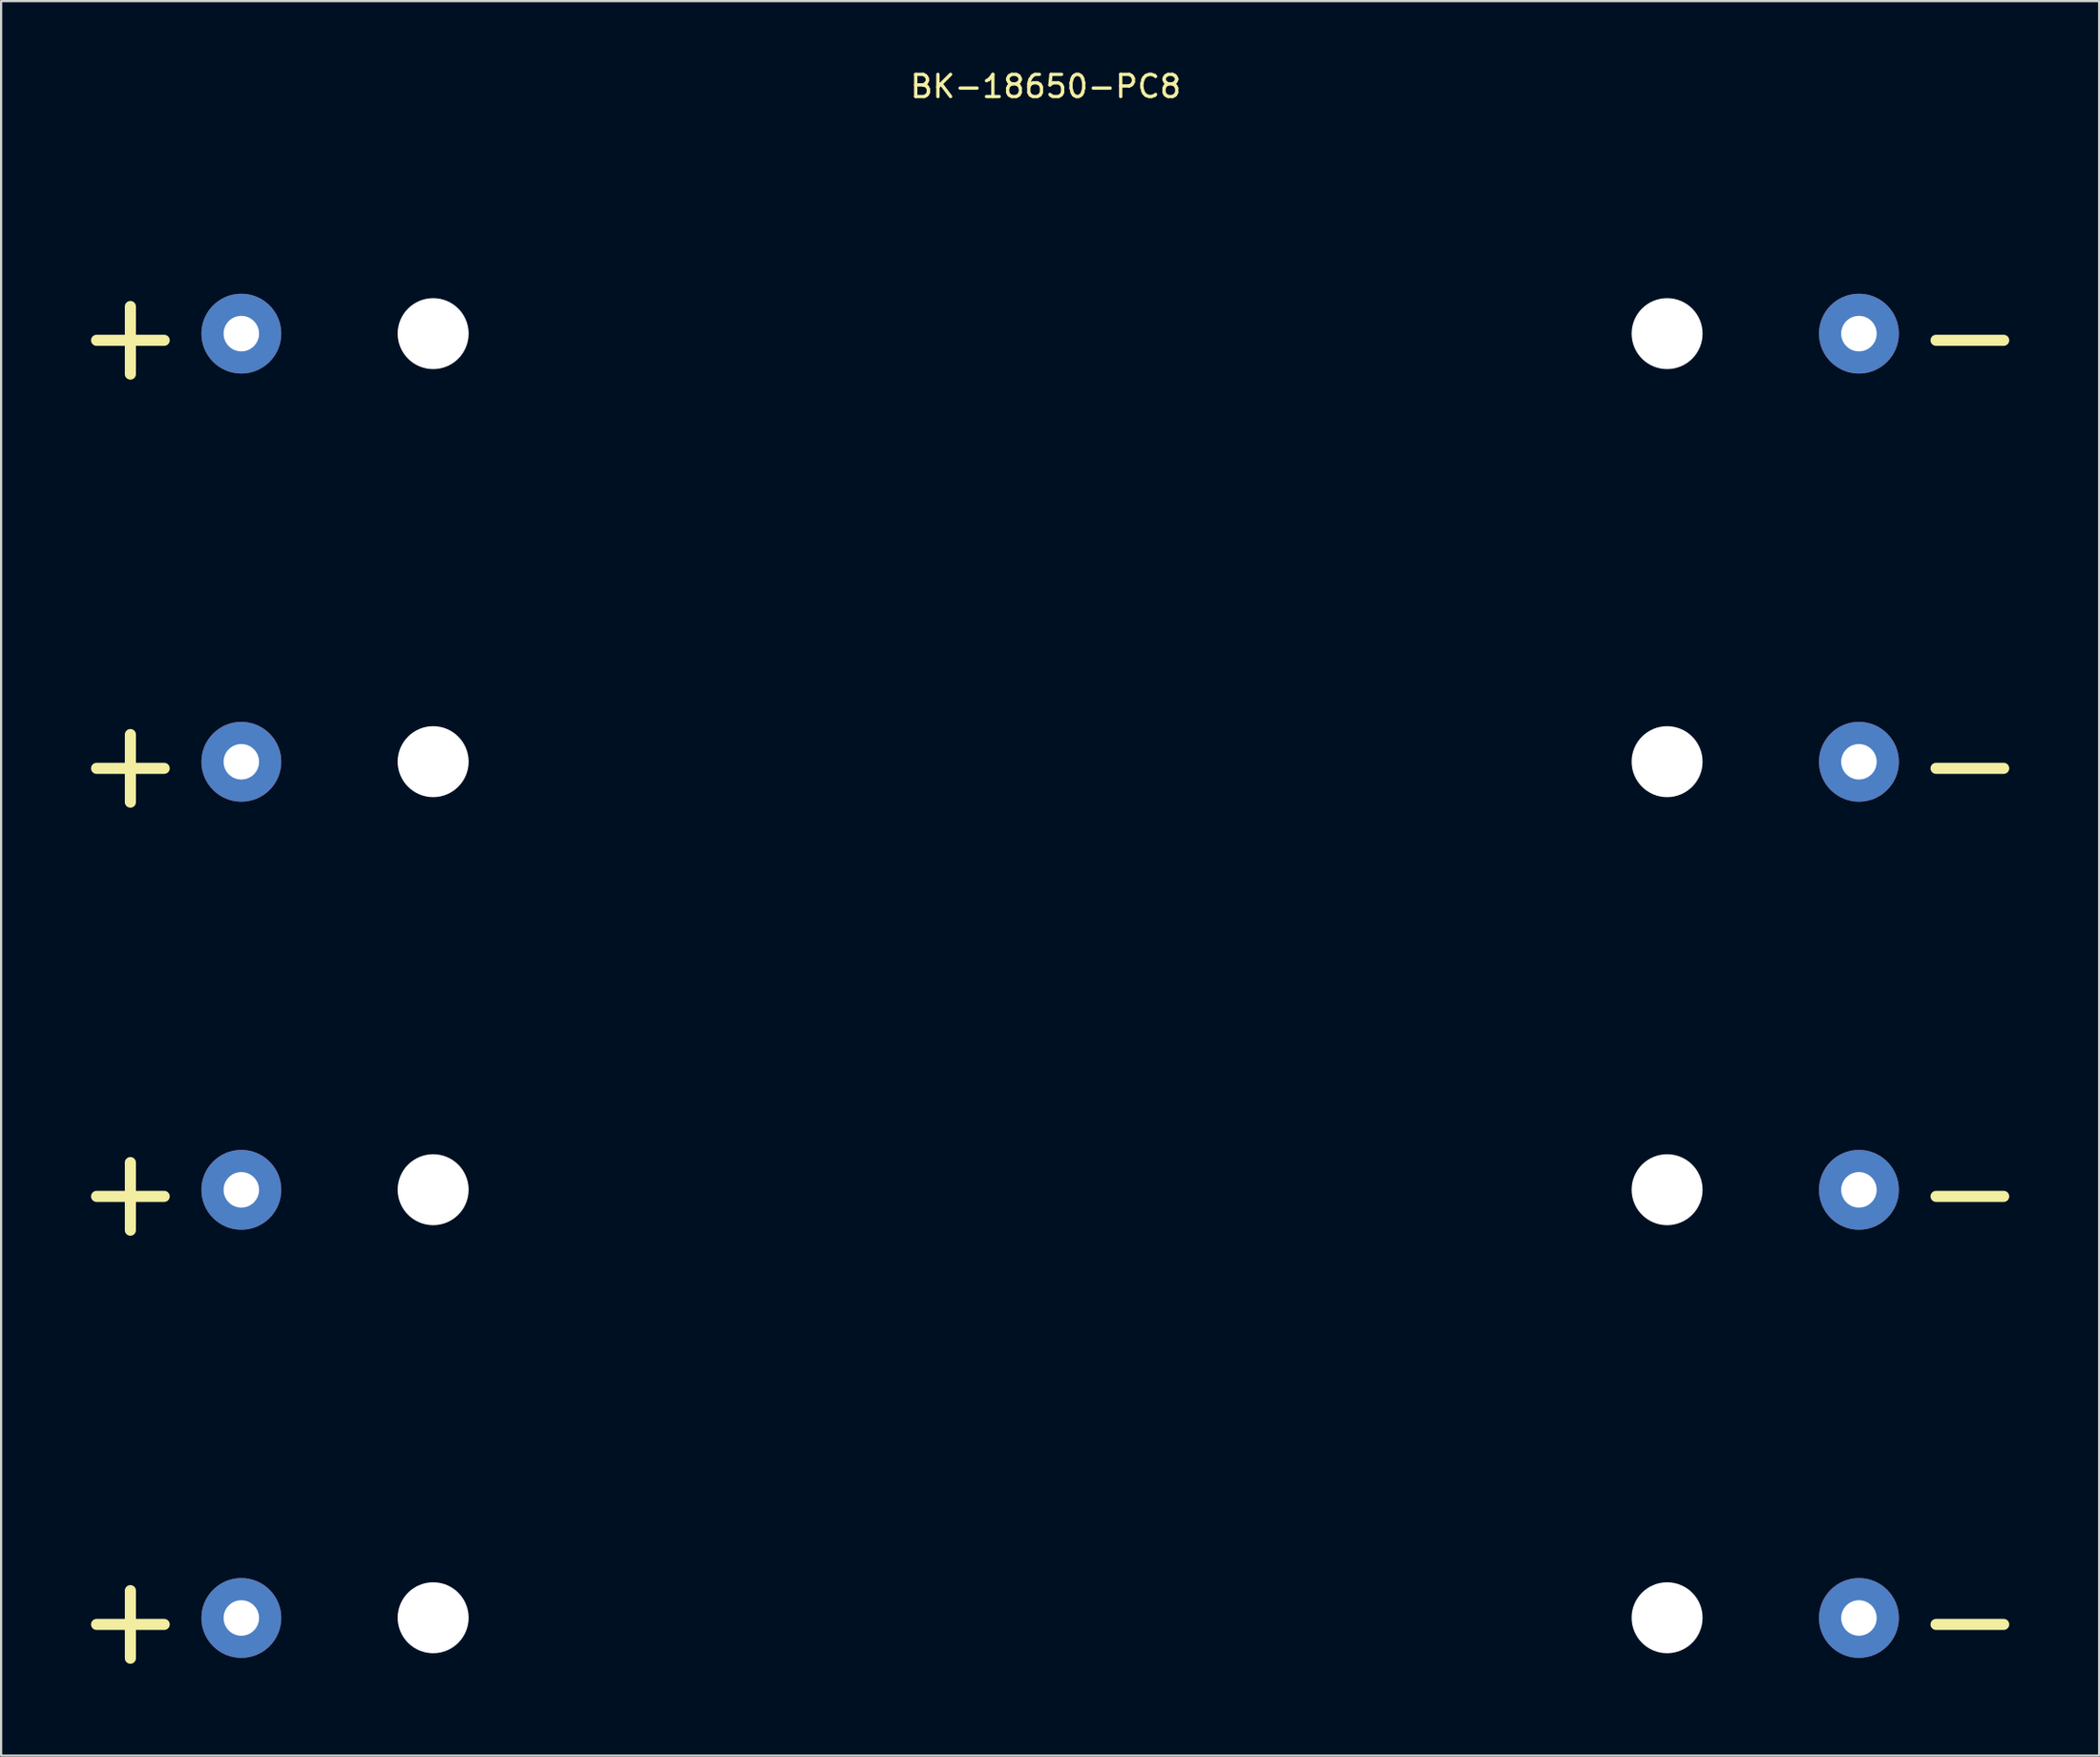
<source format=kicad_pcb>
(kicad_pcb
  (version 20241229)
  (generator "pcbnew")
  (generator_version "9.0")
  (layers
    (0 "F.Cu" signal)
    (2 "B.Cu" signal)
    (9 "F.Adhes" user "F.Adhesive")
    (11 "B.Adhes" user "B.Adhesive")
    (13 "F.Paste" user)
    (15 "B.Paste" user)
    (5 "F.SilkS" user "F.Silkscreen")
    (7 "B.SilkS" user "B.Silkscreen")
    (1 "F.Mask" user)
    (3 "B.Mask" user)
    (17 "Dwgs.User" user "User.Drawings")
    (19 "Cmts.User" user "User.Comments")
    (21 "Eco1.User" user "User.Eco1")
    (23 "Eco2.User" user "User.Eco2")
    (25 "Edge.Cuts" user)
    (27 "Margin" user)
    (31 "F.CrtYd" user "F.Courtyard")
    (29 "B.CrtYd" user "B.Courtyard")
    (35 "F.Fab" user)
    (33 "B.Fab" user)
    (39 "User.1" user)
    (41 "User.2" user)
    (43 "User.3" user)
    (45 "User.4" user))
  (footprint "BK-18650-PC8"
    (layer "F.Cu")
    (at 44.276 40.948)
    (property "Reference" "BK-18650-PC8" (at -0.2 -40.1 0) (layer "F.SilkS") (effects (font (size 1 1) (thickness 0.15))))
    (attr through_hole)
    (fp_text user "-" (at 41.45 -28.955 0) (layer "F.SilkS") (effects (font (size 4 4) (thickness 0.5))))
    (fp_text user "+" (at -41.45 9.645 0) (layer "F.SilkS") (effects (font (size 4 4) (thickness 0.5))))
    (fp_text user "-" (at 41.45 -9.655 0) (layer "F.SilkS") (effects (font (size 4 4) (thickness 0.5))))
    (fp_text user "+" (at -41.45 -28.955 0) (layer "F.SilkS") (effects (font (size 4 4) (thickness 0.5))))
    (fp_text user "+" (at -41.45 28.945 0) (layer "F.SilkS") (effects (font (size 4 4) (thickness 0.5))))
    (fp_text user "+" (at -41.45 -9.655 0) (layer "F.SilkS") (effects (font (size 4 4) (thickness 0.5))))
    (fp_text user "-" (at 41.45 9.645 0) (layer "F.SilkS") (effects (font (size 4 4) (thickness 0.5))))
    (fp_text user "-" (at 41.45 28.945 0) (layer "F.SilkS") (effects (font (size 4 4) (thickness 0.5))))
    (pad "" np_thru_hole circle (at -27.805 -28.955) (size 3.2 3.2) (drill 3.2) (layers "*.Cu" "*.Mask"))
    (pad "" np_thru_hole circle (at -27.805 -9.655) (size 3.2 3.2) (drill 3.2) (layers "*.Cu" "*.Mask"))
    (pad "" np_thru_hole circle (at -27.805 9.645) (size 3.2 3.2) (drill 3.2) (layers "*.Cu" "*.Mask"))
    (pad "" np_thru_hole circle (at -27.805 28.945) (size 3.2 3.2) (drill 3.2) (layers "*.Cu" "*.Mask"))
    (pad "" np_thru_hole circle (at 27.805 -28.955) (size 3.2 3.2) (drill 3.2) (layers "*.Cu" "*.Mask"))
    (pad "" np_thru_hole circle (at 27.805 -9.655) (size 3.2 3.2) (drill 3.2) (layers "*.Cu" "*.Mask"))
    (pad "" np_thru_hole circle (at 27.805 9.645) (size 3.2 3.2) (drill 3.2) (layers "*.Cu" "*.Mask"))
    (pad "" np_thru_hole circle (at 27.805 28.945) (size 3.2 3.2) (drill 3.2) (layers "*.Cu" "*.Mask"))
    (pad "1" thru_hole circle (at -36.45 -28.955) (size 3.6 3.6) (drill 1.6) (layers "*.Cu" "*.Mask"))
    (pad "2" thru_hole circle (at 36.45 -28.955) (size 3.6 3.6) (drill 1.6) (layers "*.Cu" "*.Mask"))
    (pad "3" thru_hole circle (at -36.45 -9.65) (size 3.6 3.6) (drill 1.6) (layers "*.Cu" "*.Mask"))
    (pad "4" thru_hole circle (at 36.45 -9.65) (size 3.6 3.6) (drill 1.6) (layers "*.Cu" "*.Mask"))
    (pad "5" thru_hole circle (at -36.45 9.65) (size 3.6 3.6) (drill 1.6) (layers "*.Cu" "*.Mask"))
    (pad "6" thru_hole circle (at 36.45 9.65) (size 3.6 3.6) (drill 1.6) (layers "*.Cu" "*.Mask"))
    (pad "7" thru_hole circle (at -36.45 28.955) (size 3.6 3.6) (drill 1.6) (layers "*.Cu" "*.Mask"))
    (pad "8" thru_hole circle (at 36.45 28.955) (size 3.6 3.6) (drill 1.6) (layers "*.Cu" "*.Mask")))
  (gr_rect
    (start -3 -3)
    (end 91.552 76.111)
    (stroke (width 0.1) (type default))
    (fill no)
    (layer "Edge.Cuts")))
</source>
